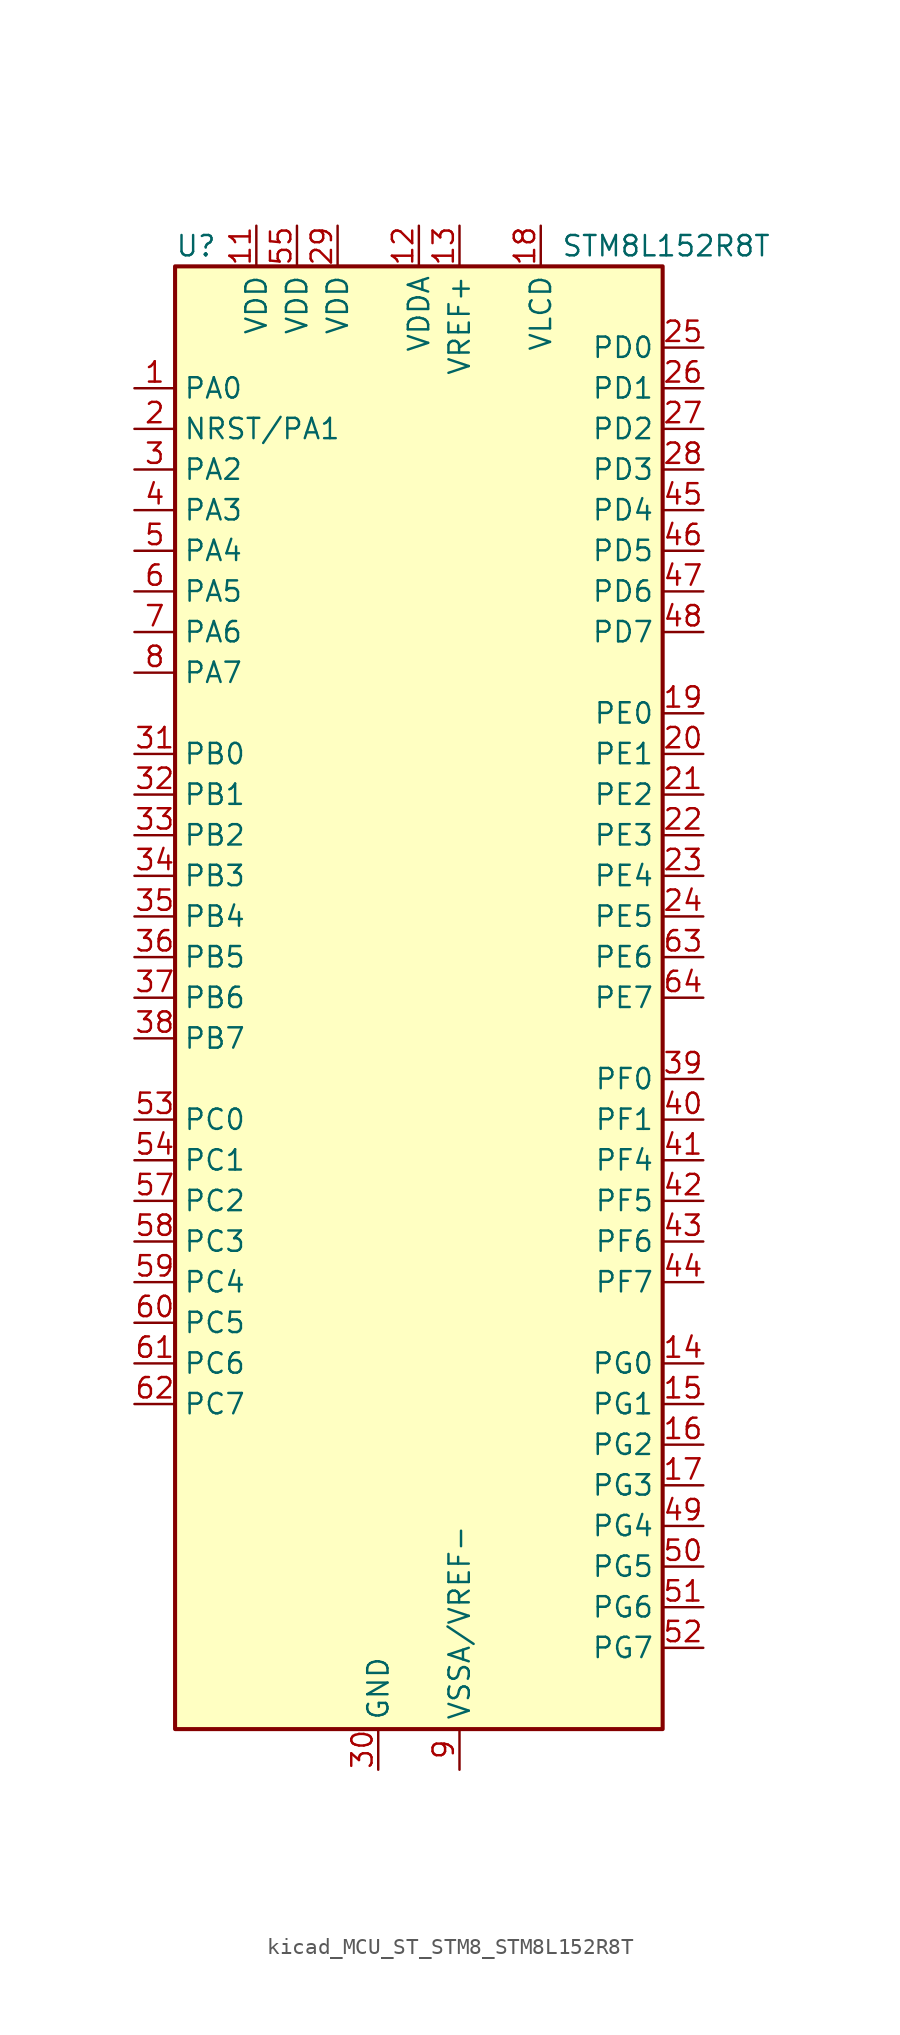
<source format=kicad_sym>
(kicad_symbol_lib
  (version 20220914)
  (generator kicad_symbol_editor)
  (symbol "kicad_MCU_ST_STM8_STM8L152R8T"
    (property "Reference" "U"
      (at -15.24 46.99 0)
      (effects (font (size 1.27 1.27)) (justify left)))
    (property "Value" "STM8L152R8T"
      (at 8.89 46.99 0)
      (effects (font (size 1.27 1.27)) (justify left)))
    (symbol "kicad_MCU_ST_STM8_STM8L152R8T_0_0"
      (pin passive line (at -2.54 -48.26 90) (length 2.54) hide (name "GND" (effects (font (size 1.27 1.27)))) (number "10" (effects (font (size 1.27 1.27)))))
      (pin bidirectional line (at 17.78 12.7 180) (length 2.54) (name "PE2" (effects (font (size 1.27 1.27)))) (number "21" (effects (font (size 1.27 1.27)))))
      (pin bidirectional line (at 17.78 10.16 180) (length 2.54) (name "PE3" (effects (font (size 1.27 1.27)))) (number "22" (effects (font (size 1.27 1.27)))))
      (pin bidirectional line (at 17.78 7.62 180) (length 2.54) (name "PE4" (effects (font (size 1.27 1.27)))) (number "23" (effects (font (size 1.27 1.27)))))
      (pin bidirectional line (at 17.78 5.08 180) (length 2.54) (name "PE5" (effects (font (size 1.27 1.27)))) (number "24" (effects (font (size 1.27 1.27)))))
      (pin bidirectional line (at 17.78 40.64 180) (length 2.54) (name "PD0" (effects (font (size 1.27 1.27)))) (number "25" (effects (font (size 1.27 1.27)))))
      (pin bidirectional line (at 17.78 38.1 180) (length 2.54) (name "PD1" (effects (font (size 1.27 1.27)))) (number "26" (effects (font (size 1.27 1.27)))))
      (pin bidirectional line (at 17.78 35.56 180) (length 2.54) (name "PD2" (effects (font (size 1.27 1.27)))) (number "27" (effects (font (size 1.27 1.27)))))
      (pin bidirectional line (at 17.78 33.02 180) (length 2.54) (name "PD3" (effects (font (size 1.27 1.27)))) (number "28" (effects (font (size 1.27 1.27)))))
      (pin power_in line (at -5.08 48.26 270) (length 2.54) (name "VDD" (effects (font (size 1.27 1.27)))) (number "29" (effects (font (size 1.27 1.27)))))
      (pin power_in line (at -2.54 -48.26 90) (length 2.54) (name "GND" (effects (font (size 1.27 1.27)))) (number "30" (effects (font (size 1.27 1.27)))))
      (pin bidirectional line (at -17.78 15.24 0) (length 2.54) (name "PB0" (effects (font (size 1.27 1.27)))) (number "31" (effects (font (size 1.27 1.27)))))
      (pin bidirectional line (at -17.78 12.7 0) (length 2.54) (name "PB1" (effects (font (size 1.27 1.27)))) (number "32" (effects (font (size 1.27 1.27)))))
      (pin bidirectional line (at -17.78 10.16 0) (length 2.54) (name "PB2" (effects (font (size 1.27 1.27)))) (number "33" (effects (font (size 1.27 1.27)))))
      (pin bidirectional line (at -17.78 7.62 0) (length 2.54) (name "PB3" (effects (font (size 1.27 1.27)))) (number "34" (effects (font (size 1.27 1.27)))))
      (pin bidirectional line (at -17.78 5.08 0) (length 2.54) (name "PB4" (effects (font (size 1.27 1.27)))) (number "35" (effects (font (size 1.27 1.27)))))
      (pin bidirectional line (at -17.78 2.54 0) (length 2.54) (name "PB5" (effects (font (size 1.27 1.27)))) (number "36" (effects (font (size 1.27 1.27)))))
      (pin bidirectional line (at -17.78 0 0) (length 2.54) (name "PB6" (effects (font (size 1.27 1.27)))) (number "37" (effects (font (size 1.27 1.27)))))
      (pin bidirectional line (at -17.78 -2.54 0) (length 2.54) (name "PB7" (effects (font (size 1.27 1.27)))) (number "38" (effects (font (size 1.27 1.27)))))
      (pin bidirectional line (at 17.78 -5.08 180) (length 2.54) (name "PF0" (effects (font (size 1.27 1.27)))) (number "39" (effects (font (size 1.27 1.27)))))
      (pin bidirectional line (at 17.78 -7.62 180) (length 2.54) (name "PF1" (effects (font (size 1.27 1.27)))) (number "40" (effects (font (size 1.27 1.27)))))
      (pin bidirectional line (at 17.78 -10.16 180) (length 2.54) (name "PF4" (effects (font (size 1.27 1.27)))) (number "41" (effects (font (size 1.27 1.27)))))
      (pin bidirectional line (at 17.78 -12.7 180) (length 2.54) (name "PF5" (effects (font (size 1.27 1.27)))) (number "42" (effects (font (size 1.27 1.27)))))
      (pin bidirectional line (at 17.78 -15.24 180) (length 2.54) (name "PF6" (effects (font (size 1.27 1.27)))) (number "43" (effects (font (size 1.27 1.27)))))
      (pin bidirectional line (at 17.78 -17.78 180) (length 2.54) (name "PF7" (effects (font (size 1.27 1.27)))) (number "44" (effects (font (size 1.27 1.27)))))
      (pin bidirectional line (at 17.78 30.48 180) (length 2.54) (name "PD4" (effects (font (size 1.27 1.27)))) (number "45" (effects (font (size 1.27 1.27)))))
      (pin bidirectional line (at 17.78 27.94 180) (length 2.54) (name "PD5" (effects (font (size 1.27 1.27)))) (number "46" (effects (font (size 1.27 1.27)))))
      (pin bidirectional line (at 17.78 25.4 180) (length 2.54) (name "PD6" (effects (font (size 1.27 1.27)))) (number "47" (effects (font (size 1.27 1.27)))))
      (pin bidirectional line (at 17.78 22.86 180) (length 2.54) (name "PD7" (effects (font (size 1.27 1.27)))) (number "48" (effects (font (size 1.27 1.27)))))
      (pin bidirectional line (at 17.78 -33.02 180) (length 2.54) (name "PG4" (effects (font (size 1.27 1.27)))) (number "49" (effects (font (size 1.27 1.27)))))
      (pin bidirectional line (at 17.78 -35.56 180) (length 2.54) (name "PG5" (effects (font (size 1.27 1.27)))) (number "50" (effects (font (size 1.27 1.27)))))
      (pin bidirectional line (at 17.78 -38.1 180) (length 2.54) (name "PG6" (effects (font (size 1.27 1.27)))) (number "51" (effects (font (size 1.27 1.27)))))
      (pin bidirectional line (at 17.78 -40.64 180) (length 2.54) (name "PG7" (effects (font (size 1.27 1.27)))) (number "52" (effects (font (size 1.27 1.27)))))
      (pin bidirectional line (at -17.78 -7.62 0) (length 2.54) (name "PC0" (effects (font (size 1.27 1.27)))) (number "53" (effects (font (size 1.27 1.27)))))
      (pin bidirectional line (at -17.78 -10.16 0) (length 2.54) (name "PC1" (effects (font (size 1.27 1.27)))) (number "54" (effects (font (size 1.27 1.27)))))
      (pin power_in line (at -7.62 48.26 270) (length 2.54) (name "VDD" (effects (font (size 1.27 1.27)))) (number "55" (effects (font (size 1.27 1.27)))))
      (pin passive line (at -2.54 -48.26 90) (length 2.54) hide (name "GND" (effects (font (size 1.27 1.27)))) (number "56" (effects (font (size 1.27 1.27)))))
      (pin bidirectional line (at -17.78 -12.7 0) (length 2.54) (name "PC2" (effects (font (size 1.27 1.27)))) (number "57" (effects (font (size 1.27 1.27)))))
      (pin bidirectional line (at -17.78 -15.24 0) (length 2.54) (name "PC3" (effects (font (size 1.27 1.27)))) (number "58" (effects (font (size 1.27 1.27)))))
      (pin bidirectional line (at -17.78 -17.78 0) (length 2.54) (name "PC4" (effects (font (size 1.27 1.27)))) (number "59" (effects (font (size 1.27 1.27)))))
      (pin bidirectional line (at -17.78 -20.32 0) (length 2.54) (name "PC5" (effects (font (size 1.27 1.27)))) (number "60" (effects (font (size 1.27 1.27)))))
      (pin bidirectional line (at -17.78 -22.86 0) (length 2.54) (name "PC6" (effects (font (size 1.27 1.27)))) (number "61" (effects (font (size 1.27 1.27)))))
      (pin bidirectional line (at -17.78 -25.4 0) (length 2.54) (name "PC7" (effects (font (size 1.27 1.27)))) (number "62" (effects (font (size 1.27 1.27)))))
      (pin bidirectional line (at 17.78 2.54 180) (length 2.54) (name "PE6" (effects (font (size 1.27 1.27)))) (number "63" (effects (font (size 1.27 1.27)))))
      (pin bidirectional line (at 17.78 0 180) (length 2.54) (name "PE7" (effects (font (size 1.27 1.27)))) (number "64" (effects (font (size 1.27 1.27))))))
    (symbol "kicad_MCU_ST_STM8_STM8L152R8T_0_1"
      (rectangle (start -15.24 45.72) (end 15.24 -45.72) (stroke (width 0.254) (type default)) (fill (type background))))
    (symbol "kicad_MCU_ST_STM8_STM8L152R8T_1_1"
      (pin bidirectional line (at -17.78 38.1 0) (length 2.54) (name "PA0" (effects (font (size 1.27 1.27)))) (number "1" (effects (font (size 1.27 1.27)))))
      (pin power_in line (at -10.16 48.26 270) (length 2.54) (name "VDD" (effects (font (size 1.27 1.27)))) (number "11" (effects (font (size 1.27 1.27)))))
      (pin power_in line (at 0 48.26 270) (length 2.54) (name "VDDA" (effects (font (size 1.27 1.27)))) (number "12" (effects (font (size 1.27 1.27)))))
      (pin power_in line (at 2.54 48.26 270) (length 2.54) (name "VREF+" (effects (font (size 1.27 1.27)))) (number "13" (effects (font (size 1.27 1.27)))))
      (pin bidirectional line (at 17.78 -22.86 180) (length 2.54) (name "PG0" (effects (font (size 1.27 1.27)))) (number "14" (effects (font (size 1.27 1.27)))))
      (pin bidirectional line (at 17.78 -25.4 180) (length 2.54) (name "PG1" (effects (font (size 1.27 1.27)))) (number "15" (effects (font (size 1.27 1.27)))))
      (pin bidirectional line (at 17.78 -27.94 180) (length 2.54) (name "PG2" (effects (font (size 1.27 1.27)))) (number "16" (effects (font (size 1.27 1.27)))))
      (pin bidirectional line (at 17.78 -30.48 180) (length 2.54) (name "PG3" (effects (font (size 1.27 1.27)))) (number "17" (effects (font (size 1.27 1.27)))))
      (pin power_in line (at 7.62 48.26 270) (length 2.54) (name "VLCD" (effects (font (size 1.27 1.27)))) (number "18" (effects (font (size 1.27 1.27)))))
      (pin bidirectional line (at 17.78 17.78 180) (length 2.54) (name "PE0" (effects (font (size 1.27 1.27)))) (number "19" (effects (font (size 1.27 1.27)))))
      (pin bidirectional line (at -17.78 35.56 0) (length 2.54) (name "NRST/PA1" (effects (font (size 1.27 1.27)))) (number "2" (effects (font (size 1.27 1.27)))))
      (pin bidirectional line (at 17.78 15.24 180) (length 2.54) (name "PE1" (effects (font (size 1.27 1.27)))) (number "20" (effects (font (size 1.27 1.27)))))
      (pin bidirectional line (at -17.78 33.02 0) (length 2.54) (name "PA2" (effects (font (size 1.27 1.27)))) (number "3" (effects (font (size 1.27 1.27)))))
      (pin bidirectional line (at -17.78 30.48 0) (length 2.54) (name "PA3" (effects (font (size 1.27 1.27)))) (number "4" (effects (font (size 1.27 1.27)))))
      (pin bidirectional line (at -17.78 27.94 0) (length 2.54) (name "PA4" (effects (font (size 1.27 1.27)))) (number "5" (effects (font (size 1.27 1.27)))))
      (pin bidirectional line (at -17.78 25.4 0) (length 2.54) (name "PA5" (effects (font (size 1.27 1.27)))) (number "6" (effects (font (size 1.27 1.27)))))
      (pin bidirectional line (at -17.78 22.86 0) (length 2.54) (name "PA6" (effects (font (size 1.27 1.27)))) (number "7" (effects (font (size 1.27 1.27)))))
      (pin bidirectional line (at -17.78 20.32 0) (length 2.54) (name "PA7" (effects (font (size 1.27 1.27)))) (number "8" (effects (font (size 1.27 1.27)))))
      (pin power_in line (at 2.54 -48.26 90) (length 2.54) (name "VSSA/VREF-" (effects (font (size 1.27 1.27)))) (number "9" (effects (font (size 1.27 1.27))))))))
</source>
